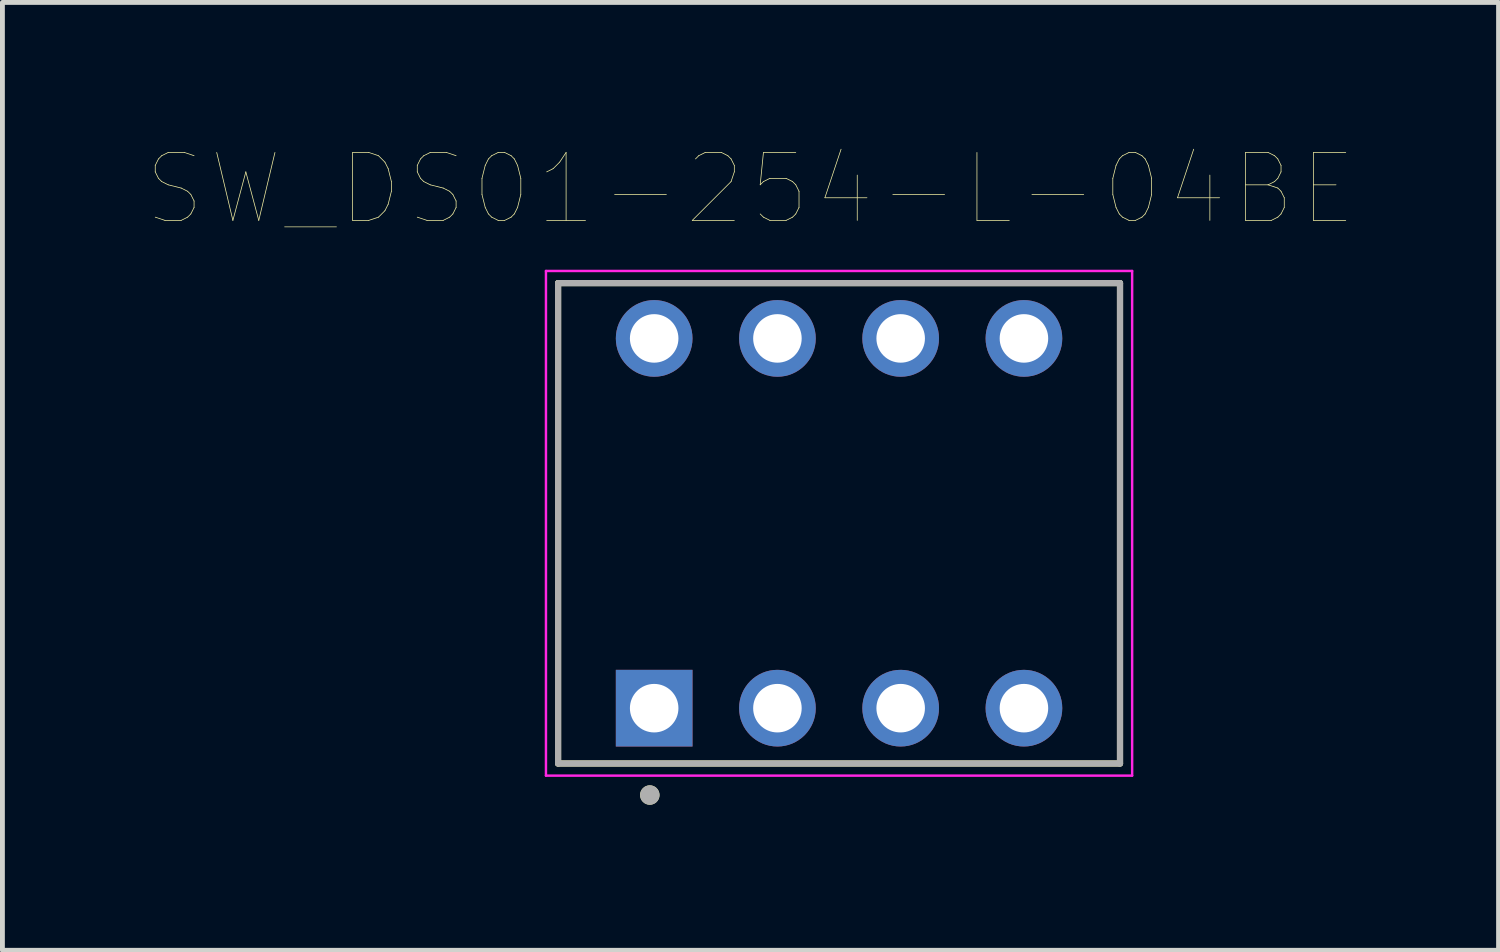
<source format=kicad_pcb>
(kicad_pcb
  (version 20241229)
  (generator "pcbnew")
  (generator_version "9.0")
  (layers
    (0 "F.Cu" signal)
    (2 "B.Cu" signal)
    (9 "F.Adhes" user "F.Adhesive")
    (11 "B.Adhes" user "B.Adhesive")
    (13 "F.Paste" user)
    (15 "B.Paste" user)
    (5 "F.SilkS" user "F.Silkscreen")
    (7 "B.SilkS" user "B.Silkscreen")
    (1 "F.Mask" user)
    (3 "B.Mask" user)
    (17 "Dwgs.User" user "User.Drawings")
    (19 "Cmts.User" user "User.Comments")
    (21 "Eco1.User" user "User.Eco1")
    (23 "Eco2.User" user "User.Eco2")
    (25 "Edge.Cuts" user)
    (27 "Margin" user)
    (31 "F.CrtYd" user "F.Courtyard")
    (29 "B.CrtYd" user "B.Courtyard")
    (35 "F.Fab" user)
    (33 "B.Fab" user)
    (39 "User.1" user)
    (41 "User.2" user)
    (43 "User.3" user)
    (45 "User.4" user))
  (footprint "SW_DS01-254-L-04BE"
    (layer "F.Cu")
    (at 14.241 7.734)
    (property "Reference" "SW_DS01-254-L-04BE" (at -1.825 -6.889 0) (layer "F.SilkS") (effects (font (size 1.4 1.4) (thickness 0.015))))
    (attr through_hole)
    (fp_line (start -5.79 -4.95) (end 5.79 -4.95) (stroke (width 0.127) (type solid)) (layer "F.SilkS"))
    (fp_line (start -5.79 4.95) (end -5.79 -4.95) (stroke (width 0.127) (type solid)) (layer "F.SilkS"))
    (fp_line (start 5.79 -4.95) (end 5.79 4.95) (stroke (width 0.127) (type solid)) (layer "F.SilkS"))
    (fp_line (start 5.79 4.95) (end -5.79 4.95) (stroke (width 0.127) (type solid)) (layer "F.SilkS"))
    (fp_circle (center -3.9 5.6) (end -3.8 5.6) (stroke (width 0.2) (type solid)) (fill no) (layer "F.SilkS"))
    (fp_line (start -6.04 -5.2) (end -6.04 5.2) (stroke (width 0.05) (type solid)) (layer "F.CrtYd"))
    (fp_line (start -6.04 5.2) (end 6.04 5.2) (stroke (width 0.05) (type solid)) (layer "F.CrtYd"))
    (fp_line (start 6.04 -5.2) (end -6.04 -5.2) (stroke (width 0.05) (type solid)) (layer "F.CrtYd"))
    (fp_line (start 6.04 5.2) (end 6.04 -5.2) (stroke (width 0.05) (type solid)) (layer "F.CrtYd"))
    (fp_line (start -5.79 -4.95) (end 5.79 -4.95) (stroke (width 0.127) (type solid)) (layer "F.Fab"))
    (fp_line (start -5.79 4.95) (end -5.79 -4.95) (stroke (width 0.127) (type solid)) (layer "F.Fab"))
    (fp_line (start 5.79 -4.95) (end 5.79 4.95) (stroke (width 0.127) (type solid)) (layer "F.Fab"))
    (fp_line (start 5.79 4.95) (end -5.79 4.95) (stroke (width 0.127) (type solid)) (layer "F.Fab"))
    (fp_circle (center -3.9 5.6) (end -3.8 5.6) (stroke (width 0.2) (type solid)) (fill no) (layer "F.Fab"))
    (pad "1A" thru_hole rect (at -3.81 3.81) (size 1.58 1.58) (drill 1) (layers "*.Cu" "*.Mask"))
    (pad "1B" thru_hole circle (at -3.81 -3.81) (size 1.58 1.58) (drill 1) (layers "*.Cu" "*.Mask"))
    (pad "2A" thru_hole circle (at -1.27 3.81) (size 1.58 1.58) (drill 1) (layers "*.Cu" "*.Mask"))
    (pad "2B" thru_hole circle (at -1.27 -3.81) (size 1.58 1.58) (drill 1) (layers "*.Cu" "*.Mask"))
    (pad "3A" thru_hole circle (at 1.27 3.81) (size 1.58 1.58) (drill 1) (layers "*.Cu" "*.Mask"))
    (pad "3B" thru_hole circle (at 1.27 -3.81) (size 1.58 1.58) (drill 1) (layers "*.Cu" "*.Mask"))
    (pad "4A" thru_hole circle (at 3.81 3.81) (size 1.58 1.58) (drill 1) (layers "*.Cu" "*.Mask"))
    (pad "4B" thru_hole circle (at 3.81 -3.81) (size 1.58 1.58) (drill 1) (layers "*.Cu" "*.Mask")))
  (gr_rect
    (start -3 -3)
    (end 27.832 16.534)
    (stroke (width 0.1) (type default))
    (fill no)
    (layer "Edge.Cuts")))
</source>
